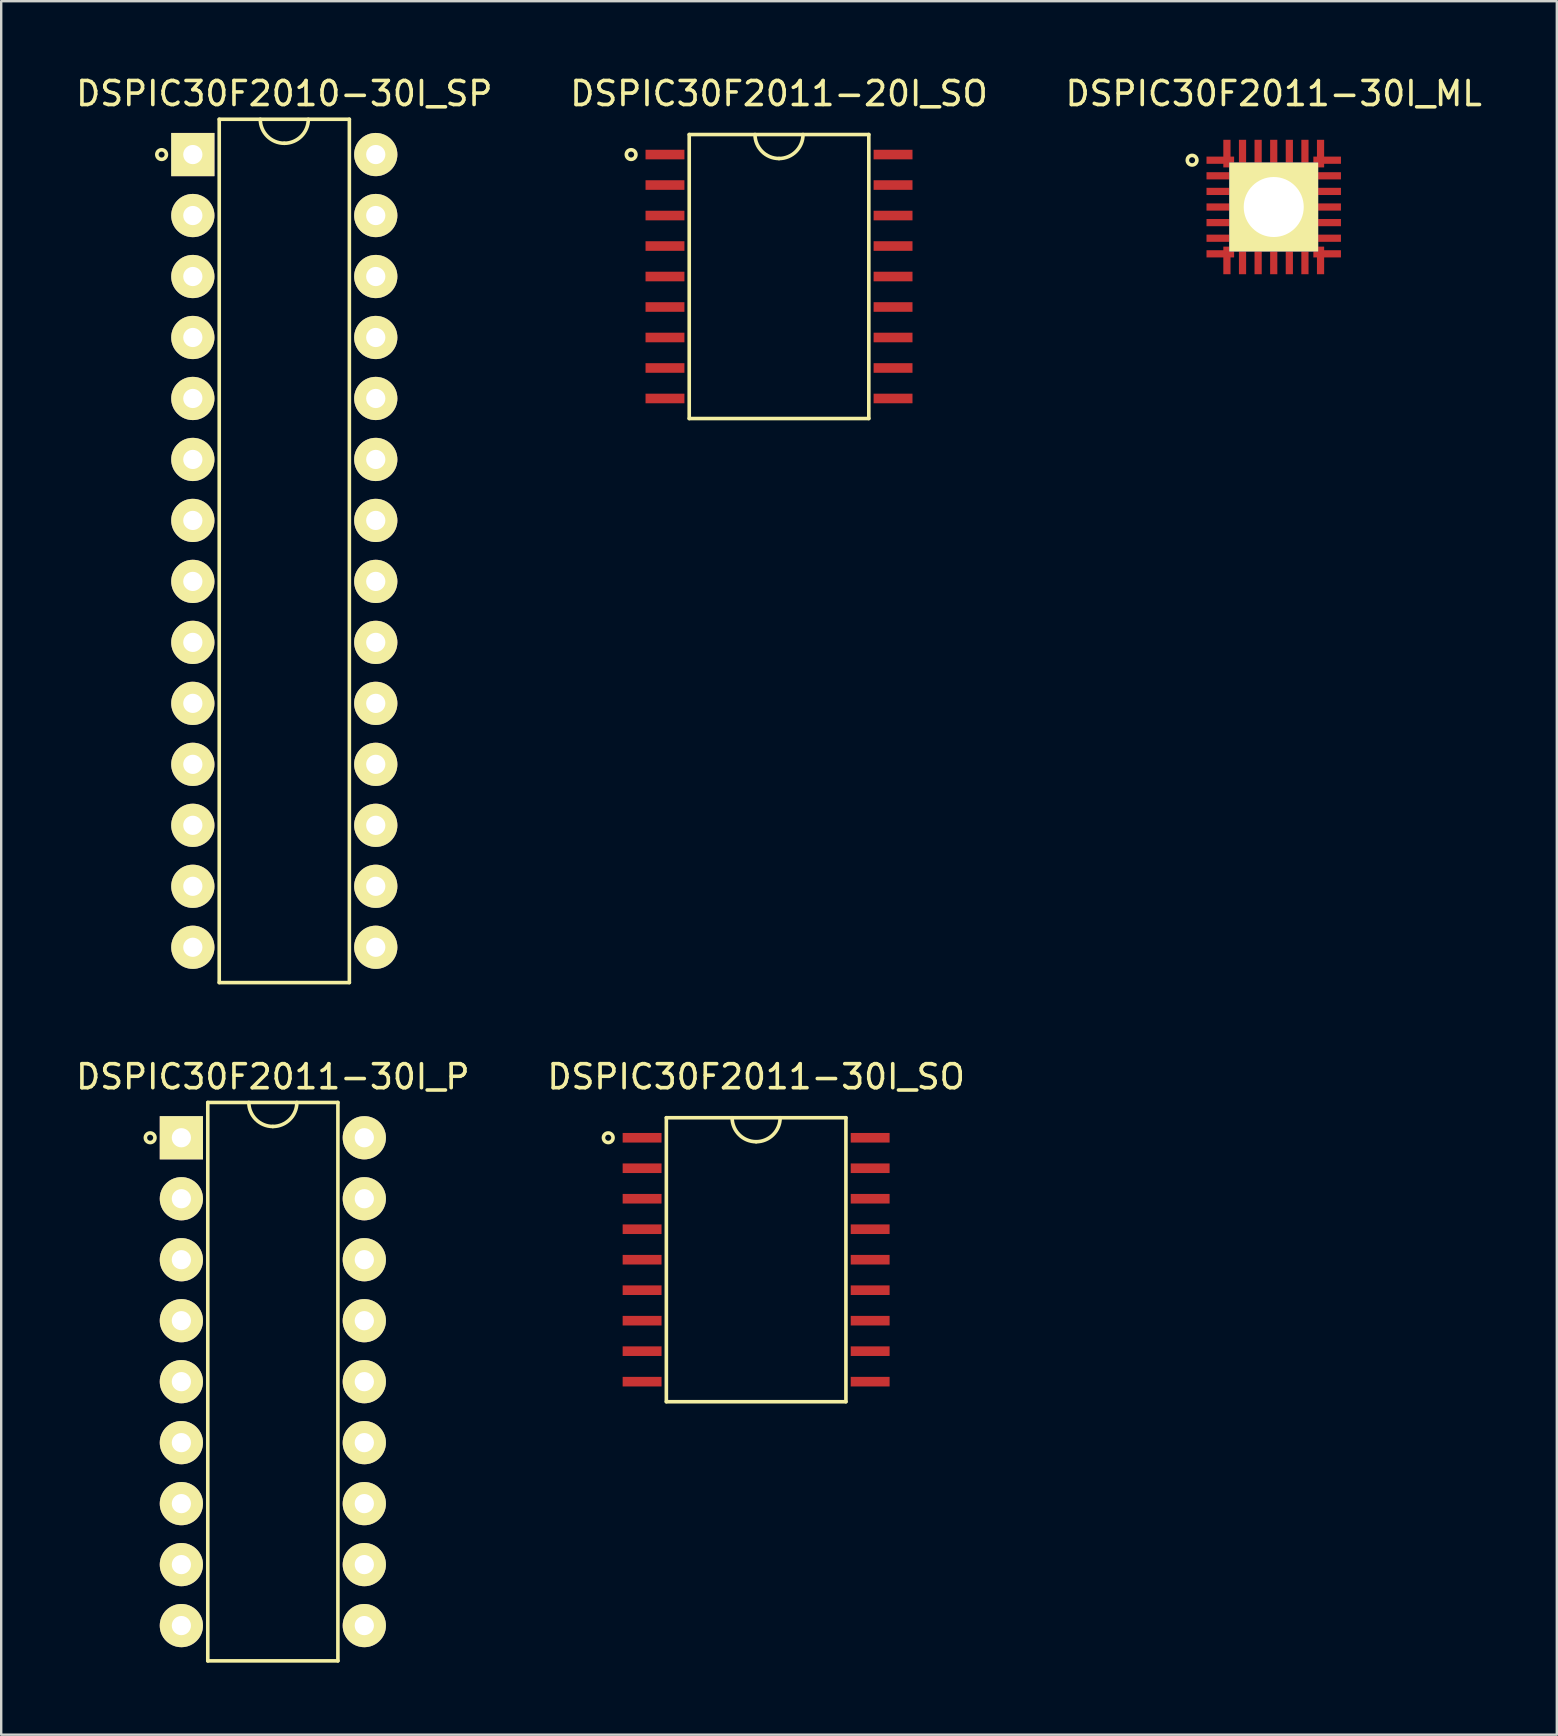
<source format=kicad_pcb>
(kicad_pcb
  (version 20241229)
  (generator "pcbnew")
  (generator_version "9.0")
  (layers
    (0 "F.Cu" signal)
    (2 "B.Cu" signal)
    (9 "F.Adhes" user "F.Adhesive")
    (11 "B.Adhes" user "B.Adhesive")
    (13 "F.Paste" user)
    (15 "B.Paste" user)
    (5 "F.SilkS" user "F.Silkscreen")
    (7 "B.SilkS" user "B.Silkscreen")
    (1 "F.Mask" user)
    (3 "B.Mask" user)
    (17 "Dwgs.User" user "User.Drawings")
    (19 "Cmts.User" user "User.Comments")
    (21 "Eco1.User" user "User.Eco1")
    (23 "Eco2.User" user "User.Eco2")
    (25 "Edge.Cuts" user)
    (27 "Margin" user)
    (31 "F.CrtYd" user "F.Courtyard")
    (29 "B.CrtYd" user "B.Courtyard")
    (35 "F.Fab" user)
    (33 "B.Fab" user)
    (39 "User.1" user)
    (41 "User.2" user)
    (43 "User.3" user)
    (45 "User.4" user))
  (footprint "DSPIC30F2011-20I_SO"
    (layer "F.Cu")
    (at 24.649 3.388)
    (property "Reference" "DSPIC30F2011-20I_SO" (at 4.75 -2.54 0) (layer "F.SilkS") (effects (font (size 1 1) (thickness 0.15))))
    (attr through_hole)
    (fp_line (start 1.01 -0.835) (end 8.49 -0.835) (stroke (width 0.15) (type solid)) (layer "F.SilkS"))
    (fp_line (start 1.01 10.995) (end 1.01 -0.835) (stroke (width 0.15) (type solid)) (layer "F.SilkS"))
    (fp_line (start 8.49 -0.835) (end 8.49 10.995) (stroke (width 0.15) (type solid)) (layer "F.SilkS"))
    (fp_line (start 8.49 10.995) (end 1.01 10.995) (stroke (width 0.15) (type solid)) (layer "F.SilkS"))
    (fp_arc (start 4.75 0.165) (mid 4.042893 -0.127893) (end 3.75 -0.835) (stroke (width 0.15) (type solid)) (layer "F.SilkS"))
    (fp_arc (start 5.75 -0.835) (mid 5.457107 -0.127893) (end 4.75 0.165) (stroke (width 0.15) (type solid)) (layer "F.SilkS"))
    (fp_circle (center -1.41 0) (end -1.41 0.2) (stroke (width 0.15) (type solid)) (fill no) (layer "F.SilkS"))
    (pad "1" smd rect (at 0 0) (size 1.62 0.4) (layers "F.Cu" "F.Mask" "F.Paste"))
    (pad "2" smd rect (at 0 1.27) (size 1.62 0.4) (layers "F.Cu" "F.Mask" "F.Paste"))
    (pad "3" smd rect (at 0 2.54) (size 1.62 0.4) (layers "F.Cu" "F.Mask" "F.Paste"))
    (pad "4" smd rect (at 0 3.81) (size 1.62 0.4) (layers "F.Cu" "F.Mask" "F.Paste"))
    (pad "5" smd rect (at 0 5.08) (size 1.62 0.4) (layers "F.Cu" "F.Mask" "F.Paste"))
    (pad "6" smd rect (at 0 6.35) (size 1.62 0.4) (layers "F.Cu" "F.Mask" "F.Paste"))
    (pad "7" smd rect (at 0 7.62) (size 1.62 0.4) (layers "F.Cu" "F.Mask" "F.Paste"))
    (pad "8" smd rect (at 0 8.89) (size 1.62 0.4) (layers "F.Cu" "F.Mask" "F.Paste"))
    (pad "9" smd rect (at 0 10.16) (size 1.62 0.4) (layers "F.Cu" "F.Mask" "F.Paste"))
    (pad "10" smd rect (at 9.5 10.16) (size 1.62 0.4) (layers "F.Cu" "F.Mask" "F.Paste"))
    (pad "11" smd rect (at 9.5 8.89) (size 1.62 0.4) (layers "F.Cu" "F.Mask" "F.Paste"))
    (pad "12" smd rect (at 9.5 7.62) (size 1.62 0.4) (layers "F.Cu" "F.Mask" "F.Paste"))
    (pad "13" smd rect (at 9.5 6.35) (size 1.62 0.4) (layers "F.Cu" "F.Mask" "F.Paste"))
    (pad "14" smd rect (at 9.5 5.08) (size 1.62 0.4) (layers "F.Cu" "F.Mask" "F.Paste"))
    (pad "15" smd rect (at 9.5 3.81) (size 1.62 0.4) (layers "F.Cu" "F.Mask" "F.Paste"))
    (pad "16" smd rect (at 9.5 2.54) (size 1.62 0.4) (layers "F.Cu" "F.Mask" "F.Paste"))
    (pad "17" smd rect (at 9.5 1.27) (size 1.62 0.4) (layers "F.Cu" "F.Mask" "F.Paste"))
    (pad "18" smd rect (at 9.5 0) (size 1.62 0.4) (layers "F.Cu" "F.Mask" "F.Paste")))
  (footprint "DSPIC30F2010-30I_SP"
    (layer "F.Cu")
    (at 4.982 3.388)
    (property "Reference" "DSPIC30F2010-30I_SP" (at 3.81 -2.54 0) (layer "F.SilkS") (effects (font (size 1 1) (thickness 0.15))))
    (attr through_hole)
    (fp_line (start 1.1 -1.47) (end 6.52 -1.47) (stroke (width 0.15) (type solid)) (layer "F.SilkS"))
    (fp_line (start 1.1 34.49) (end 1.1 -1.47) (stroke (width 0.15) (type solid)) (layer "F.SilkS"))
    (fp_line (start 6.52 -1.47) (end 6.52 34.49) (stroke (width 0.15) (type solid)) (layer "F.SilkS"))
    (fp_line (start 6.52 34.49) (end 1.1 34.49) (stroke (width 0.15) (type solid)) (layer "F.SilkS"))
    (fp_arc (start 3.81 -0.47) (mid 3.102893 -0.762893) (end 2.81 -1.47) (stroke (width 0.15) (type solid)) (layer "F.SilkS"))
    (fp_arc (start 4.81 -1.47) (mid 4.517107 -0.762893) (end 3.81 -0.47) (stroke (width 0.15) (type solid)) (layer "F.SilkS"))
    (fp_circle (center -1.3 0) (end -1.3 0.2) (stroke (width 0.15) (type solid)) (fill no) (layer "F.SilkS"))
    (pad "1" thru_hole rect (at 0 0) (size 1.8 1.8) (drill 0.8) (layers "*.Cu" "*.Mask" "F.SilkS"))
    (pad "2" thru_hole circle (at 0 2.54) (size 1.8 1.8) (drill 0.8) (layers "*.Cu" "*.Mask" "F.SilkS"))
    (pad "3" thru_hole circle (at 0 5.08) (size 1.8 1.8) (drill 0.8) (layers "*.Cu" "*.Mask" "F.SilkS"))
    (pad "4" thru_hole circle (at 0 7.62) (size 1.8 1.8) (drill 0.8) (layers "*.Cu" "*.Mask" "F.SilkS"))
    (pad "5" thru_hole circle (at 0 10.16) (size 1.8 1.8) (drill 0.8) (layers "*.Cu" "*.Mask" "F.SilkS"))
    (pad "6" thru_hole circle (at 0 12.7) (size 1.8 1.8) (drill 0.8) (layers "*.Cu" "*.Mask" "F.SilkS"))
    (pad "7" thru_hole circle (at 0 15.24) (size 1.8 1.8) (drill 0.8) (layers "*.Cu" "*.Mask" "F.SilkS"))
    (pad "8" thru_hole circle (at 0 17.78) (size 1.8 1.8) (drill 0.8) (layers "*.Cu" "*.Mask" "F.SilkS"))
    (pad "9" thru_hole circle (at 0 20.32) (size 1.8 1.8) (drill 0.8) (layers "*.Cu" "*.Mask" "F.SilkS"))
    (pad "10" thru_hole circle (at 0 22.86) (size 1.8 1.8) (drill 0.8) (layers "*.Cu" "*.Mask" "F.SilkS"))
    (pad "11" thru_hole circle (at 0 25.4) (size 1.8 1.8) (drill 0.8) (layers "*.Cu" "*.Mask" "F.SilkS"))
    (pad "12" thru_hole circle (at 0 27.94) (size 1.8 1.8) (drill 0.8) (layers "*.Cu" "*.Mask" "F.SilkS"))
    (pad "13" thru_hole circle (at 0 30.48) (size 1.8 1.8) (drill 0.8) (layers "*.Cu" "*.Mask" "F.SilkS"))
    (pad "14" thru_hole circle (at 0 33.02) (size 1.8 1.8) (drill 0.8) (layers "*.Cu" "*.Mask" "F.SilkS"))
    (pad "15" thru_hole circle (at 7.62 33.02) (size 1.8 1.8) (drill 0.8) (layers "*.Cu" "*.Mask" "F.SilkS"))
    (pad "16" thru_hole circle (at 7.62 30.48) (size 1.8 1.8) (drill 0.8) (layers "*.Cu" "*.Mask" "F.SilkS"))
    (pad "17" thru_hole circle (at 7.62 27.94) (size 1.8 1.8) (drill 0.8) (layers "*.Cu" "*.Mask" "F.SilkS"))
    (pad "18" thru_hole circle (at 7.62 25.4) (size 1.8 1.8) (drill 0.8) (layers "*.Cu" "*.Mask" "F.SilkS"))
    (pad "19" thru_hole circle (at 7.62 22.86) (size 1.8 1.8) (drill 0.8) (layers "*.Cu" "*.Mask" "F.SilkS"))
    (pad "20" thru_hole circle (at 7.62 20.32) (size 1.8 1.8) (drill 0.8) (layers "*.Cu" "*.Mask" "F.SilkS"))
    (pad "21" thru_hole circle (at 7.62 17.78) (size 1.8 1.8) (drill 0.8) (layers "*.Cu" "*.Mask" "F.SilkS"))
    (pad "22" thru_hole circle (at 7.62 15.24) (size 1.8 1.8) (drill 0.8) (layers "*.Cu" "*.Mask" "F.SilkS"))
    (pad "23" thru_hole circle (at 7.62 12.7) (size 1.8 1.8) (drill 0.8) (layers "*.Cu" "*.Mask" "F.SilkS"))
    (pad "24" thru_hole circle (at 7.62 10.16) (size 1.8 1.8) (drill 0.8) (layers "*.Cu" "*.Mask" "F.SilkS"))
    (pad "25" thru_hole circle (at 7.62 7.62) (size 1.8 1.8) (drill 0.8) (layers "*.Cu" "*.Mask" "F.SilkS"))
    (pad "26" thru_hole circle (at 7.62 5.08) (size 1.8 1.8) (drill 0.8) (layers "*.Cu" "*.Mask" "F.SilkS"))
    (pad "27" thru_hole circle (at 7.62 2.54) (size 1.8 1.8) (drill 0.8) (layers "*.Cu" "*.Mask" "F.SilkS"))
    (pad "28" thru_hole circle (at 7.62 0) (size 1.8 1.8) (drill 0.8) (layers "*.Cu" "*.Mask" "F.SilkS")))
  (footprint "DSPIC30F2011-30I_P"
    (layer "F.Cu")
    (at 4.505 44.342)
    (property "Reference" "DSPIC30F2011-30I_P" (at 3.81 -2.54 0) (layer "F.SilkS") (effects (font (size 1 1) (thickness 0.15))))
    (attr through_hole)
    (fp_line (start 1.1 -1.47) (end 6.52 -1.47) (stroke (width 0.15) (type solid)) (layer "F.SilkS"))
    (fp_line (start 1.1 21.79) (end 1.1 -1.47) (stroke (width 0.15) (type solid)) (layer "F.SilkS"))
    (fp_line (start 6.52 -1.47) (end 6.52 21.79) (stroke (width 0.15) (type solid)) (layer "F.SilkS"))
    (fp_line (start 6.52 21.79) (end 1.1 21.79) (stroke (width 0.15) (type solid)) (layer "F.SilkS"))
    (fp_arc (start 3.81 -0.47) (mid 3.102893 -0.762893) (end 2.81 -1.47) (stroke (width 0.15) (type solid)) (layer "F.SilkS"))
    (fp_arc (start 4.81 -1.47) (mid 4.517107 -0.762893) (end 3.81 -0.47) (stroke (width 0.15) (type solid)) (layer "F.SilkS"))
    (fp_circle (center -1.3 0) (end -1.3 0.2) (stroke (width 0.15) (type solid)) (fill no) (layer "F.SilkS"))
    (pad "1" thru_hole rect (at 0 0) (size 1.8 1.8) (drill 0.8) (layers "*.Cu" "*.Mask" "F.SilkS"))
    (pad "2" thru_hole circle (at 0 2.54) (size 1.8 1.8) (drill 0.8) (layers "*.Cu" "*.Mask" "F.SilkS"))
    (pad "3" thru_hole circle (at 0 5.08) (size 1.8 1.8) (drill 0.8) (layers "*.Cu" "*.Mask" "F.SilkS"))
    (pad "4" thru_hole circle (at 0 7.62) (size 1.8 1.8) (drill 0.8) (layers "*.Cu" "*.Mask" "F.SilkS"))
    (pad "5" thru_hole circle (at 0 10.16) (size 1.8 1.8) (drill 0.8) (layers "*.Cu" "*.Mask" "F.SilkS"))
    (pad "6" thru_hole circle (at 0 12.7) (size 1.8 1.8) (drill 0.8) (layers "*.Cu" "*.Mask" "F.SilkS"))
    (pad "7" thru_hole circle (at 0 15.24) (size 1.8 1.8) (drill 0.8) (layers "*.Cu" "*.Mask" "F.SilkS"))
    (pad "8" thru_hole circle (at 0 17.78) (size 1.8 1.8) (drill 0.8) (layers "*.Cu" "*.Mask" "F.SilkS"))
    (pad "9" thru_hole circle (at 0 20.32) (size 1.8 1.8) (drill 0.8) (layers "*.Cu" "*.Mask" "F.SilkS"))
    (pad "10" thru_hole circle (at 7.62 20.32) (size 1.8 1.8) (drill 0.8) (layers "*.Cu" "*.Mask" "F.SilkS"))
    (pad "11" thru_hole circle (at 7.62 17.78) (size 1.8 1.8) (drill 0.8) (layers "*.Cu" "*.Mask" "F.SilkS"))
    (pad "12" thru_hole circle (at 7.62 15.24) (size 1.8 1.8) (drill 0.8) (layers "*.Cu" "*.Mask" "F.SilkS"))
    (pad "13" thru_hole circle (at 7.62 12.7) (size 1.8 1.8) (drill 0.8) (layers "*.Cu" "*.Mask" "F.SilkS"))
    (pad "14" thru_hole circle (at 7.62 10.16) (size 1.8 1.8) (drill 0.8) (layers "*.Cu" "*.Mask" "F.SilkS"))
    (pad "15" thru_hole circle (at 7.62 7.62) (size 1.8 1.8) (drill 0.8) (layers "*.Cu" "*.Mask" "F.SilkS"))
    (pad "16" thru_hole circle (at 7.62 5.08) (size 1.8 1.8) (drill 0.8) (layers "*.Cu" "*.Mask" "F.SilkS"))
    (pad "17" thru_hole circle (at 7.62 2.54) (size 1.8 1.8) (drill 0.8) (layers "*.Cu" "*.Mask" "F.SilkS"))
    (pad "18" thru_hole circle (at 7.62 0) (size 1.8 1.8) (drill 0.8) (layers "*.Cu" "*.Mask" "F.SilkS")))
  (footprint "DSPIC30F2011-30I_SO"
    (layer "F.Cu")
    (at 23.696 44.342)
    (property "Reference" "DSPIC30F2011-30I_SO" (at 4.75 -2.54 0) (layer "F.SilkS") (effects (font (size 1 1) (thickness 0.15))))
    (attr through_hole)
    (fp_line (start 1.01 -0.835) (end 8.49 -0.835) (stroke (width 0.15) (type solid)) (layer "F.SilkS"))
    (fp_line (start 1.01 10.995) (end 1.01 -0.835) (stroke (width 0.15) (type solid)) (layer "F.SilkS"))
    (fp_line (start 8.49 -0.835) (end 8.49 10.995) (stroke (width 0.15) (type solid)) (layer "F.SilkS"))
    (fp_line (start 8.49 10.995) (end 1.01 10.995) (stroke (width 0.15) (type solid)) (layer "F.SilkS"))
    (fp_arc (start 4.75 0.165) (mid 4.042893 -0.127893) (end 3.75 -0.835) (stroke (width 0.15) (type solid)) (layer "F.SilkS"))
    (fp_arc (start 5.75 -0.835) (mid 5.457107 -0.127893) (end 4.75 0.165) (stroke (width 0.15) (type solid)) (layer "F.SilkS"))
    (fp_circle (center -1.41 0) (end -1.41 0.2) (stroke (width 0.15) (type solid)) (fill no) (layer "F.SilkS"))
    (pad "1" smd rect (at 0 0) (size 1.62 0.4) (layers "F.Cu" "F.Mask" "F.Paste"))
    (pad "2" smd rect (at 0 1.27) (size 1.62 0.4) (layers "F.Cu" "F.Mask" "F.Paste"))
    (pad "3" smd rect (at 0 2.54) (size 1.62 0.4) (layers "F.Cu" "F.Mask" "F.Paste"))
    (pad "4" smd rect (at 0 3.81) (size 1.62 0.4) (layers "F.Cu" "F.Mask" "F.Paste"))
    (pad "5" smd rect (at 0 5.08) (size 1.62 0.4) (layers "F.Cu" "F.Mask" "F.Paste"))
    (pad "6" smd rect (at 0 6.35) (size 1.62 0.4) (layers "F.Cu" "F.Mask" "F.Paste"))
    (pad "7" smd rect (at 0 7.62) (size 1.62 0.4) (layers "F.Cu" "F.Mask" "F.Paste"))
    (pad "8" smd rect (at 0 8.89) (size 1.62 0.4) (layers "F.Cu" "F.Mask" "F.Paste"))
    (pad "9" smd rect (at 0 10.16) (size 1.62 0.4) (layers "F.Cu" "F.Mask" "F.Paste"))
    (pad "10" smd rect (at 9.5 10.16) (size 1.62 0.4) (layers "F.Cu" "F.Mask" "F.Paste"))
    (pad "11" smd rect (at 9.5 8.89) (size 1.62 0.4) (layers "F.Cu" "F.Mask" "F.Paste"))
    (pad "12" smd rect (at 9.5 7.62) (size 1.62 0.4) (layers "F.Cu" "F.Mask" "F.Paste"))
    (pad "13" smd rect (at 9.5 6.35) (size 1.62 0.4) (layers "F.Cu" "F.Mask" "F.Paste"))
    (pad "14" smd rect (at 9.5 5.08) (size 1.62 0.4) (layers "F.Cu" "F.Mask" "F.Paste"))
    (pad "15" smd rect (at 9.5 3.81) (size 1.62 0.4) (layers "F.Cu" "F.Mask" "F.Paste"))
    (pad "16" smd rect (at 9.5 2.54) (size 1.62 0.4) (layers "F.Cu" "F.Mask" "F.Paste"))
    (pad "17" smd rect (at 9.5 1.27) (size 1.62 0.4) (layers "F.Cu" "F.Mask" "F.Paste"))
    (pad "18" smd rect (at 9.5 0) (size 1.62 0.4) (layers "F.Cu" "F.Mask" "F.Paste")))
  (footprint "DSPIC30F2011-30I_ML"
    (layer "F.Cu")
    (at 47.781 3.348)
    (property "Reference" "DSPIC30F2011-30I_ML" (at 2.225 -2.5 0) (layer "F.SilkS") (effects (font (size 1 1) (thickness 0.15))))
    (attr through_hole)
    (fp_line (start 0.775 0.775) (end 0.775 3.675) (stroke (width 0.15) (type solid)) (layer "F.SilkS"))
    (fp_line (start 0.775 0.775) (end 3.675 0.775) (stroke (width 0.15) (type solid)) (layer "F.SilkS"))
    (fp_line (start 0.775 3.675) (end 3.675 3.675) (stroke (width 0.15) (type solid)) (layer "F.SilkS"))
    (fp_line (start 3.675 3.675) (end 3.675 0.775) (stroke (width 0.15) (type solid)) (layer "F.SilkS"))
    (fp_circle (center -1.175 0.275) (end -1.175 0.075) (stroke (width 0.15) (type solid)) (fill no) (layer "F.SilkS"))
    (fp_circle (center 1.775 1.775) (end 1.775 1.275) (stroke (width 0.15) (type solid)) (fill no) (layer "F.SilkS"))
    (pad "1" smd rect (at 0 0.275) (size 1.15 0.3) (layers "F.Cu" "F.Mask" "F.Paste"))
    (pad "2" smd rect (at 0 0.925) (size 1.15 0.3) (layers "F.Cu" "F.Mask" "F.Paste"))
    (pad "3" smd rect (at 0 1.575) (size 1.15 0.3) (layers "F.Cu" "F.Mask" "F.Paste"))
    (pad "4" smd rect (at 0 2.225) (size 1.15 0.3) (layers "F.Cu" "F.Mask" "F.Paste"))
    (pad "5" smd rect (at 0 2.875) (size 1.15 0.3) (layers "F.Cu" "F.Mask" "F.Paste"))
    (pad "6" smd rect (at 0 3.525) (size 1.15 0.3) (layers "F.Cu" "F.Mask" "F.Paste"))
    (pad "7" smd rect (at 0 4.175) (size 1.15 0.3) (layers "F.Cu" "F.Mask" "F.Paste"))
    (pad "8" smd rect (at 0.275 4.45) (size 0.3 1.15) (layers "F.Cu" "F.Mask" "F.Paste"))
    (pad "9" smd rect (at 0.925 4.45) (size 0.3 1.15) (layers "F.Cu" "F.Mask" "F.Paste"))
    (pad "10" smd rect (at 1.575 4.45) (size 0.3 1.15) (layers "F.Cu" "F.Mask" "F.Paste"))
    (pad "11" smd rect (at 2.225 4.45) (size 0.3 1.15) (layers "F.Cu" "F.Mask" "F.Paste"))
    (pad "12" smd rect (at 2.875 4.45) (size 0.3 1.15) (layers "F.Cu" "F.Mask" "F.Paste"))
    (pad "13" smd rect (at 3.525 4.45) (size 0.3 1.15) (layers "F.Cu" "F.Mask" "F.Paste"))
    (pad "14" smd rect (at 4.175 4.45) (size 0.3 1.15) (layers "F.Cu" "F.Mask" "F.Paste"))
    (pad "15" smd rect (at 4.45 4.175) (size 1.15 0.3) (layers "F.Cu" "F.Mask" "F.Paste"))
    (pad "16" smd rect (at 4.45 3.525) (size 1.15 0.3) (layers "F.Cu" "F.Mask" "F.Paste"))
    (pad "17" smd rect (at 4.45 2.875) (size 1.15 0.3) (layers "F.Cu" "F.Mask" "F.Paste"))
    (pad "18" smd rect (at 4.45 2.225) (size 1.15 0.3) (layers "F.Cu" "F.Mask" "F.Paste"))
    (pad "19" smd rect (at 4.45 1.575) (size 1.15 0.3) (layers "F.Cu" "F.Mask" "F.Paste"))
    (pad "20" smd rect (at 4.45 0.925) (size 1.15 0.3) (layers "F.Cu" "F.Mask" "F.Paste"))
    (pad "21" smd rect (at 4.45 0.275) (size 1.15 0.3) (layers "F.Cu" "F.Mask" "F.Paste"))
    (pad "22" smd rect (at 4.175 0) (size 0.3 1.15) (layers "F.Cu" "F.Mask" "F.Paste"))
    (pad "23" smd rect (at 3.525 0) (size 0.3 1.15) (layers "F.Cu" "F.Mask" "F.Paste"))
    (pad "24" smd rect (at 2.875 0) (size 0.3 1.15) (layers "F.Cu" "F.Mask" "F.Paste"))
    (pad "25" smd rect (at 2.225 0) (size 0.3 1.15) (layers "F.Cu" "F.Mask" "F.Paste"))
    (pad "26" smd rect (at 1.575 0) (size 0.3 1.15) (layers "F.Cu" "F.Mask" "F.Paste"))
    (pad "27" smd rect (at 0.925 0) (size 0.3 1.15) (layers "F.Cu" "F.Mask" "F.Paste"))
    (pad "28" smd rect (at 0.275 0) (size 0.3 1.15) (layers "F.Cu" "F.Mask" "F.Paste"))
    (pad "999" thru_hole rect (at 2.225 2.225) (size 3.7 3.7) (drill 2.5) (layers "*.Cu" "*.Mask" "F.SilkS")))
  (gr_rect
    (start -3 -3)
    (end 61.798 69.207)
    (stroke (width 0.1) (type default))
    (fill no)
    (layer "Edge.Cuts")))
</source>
